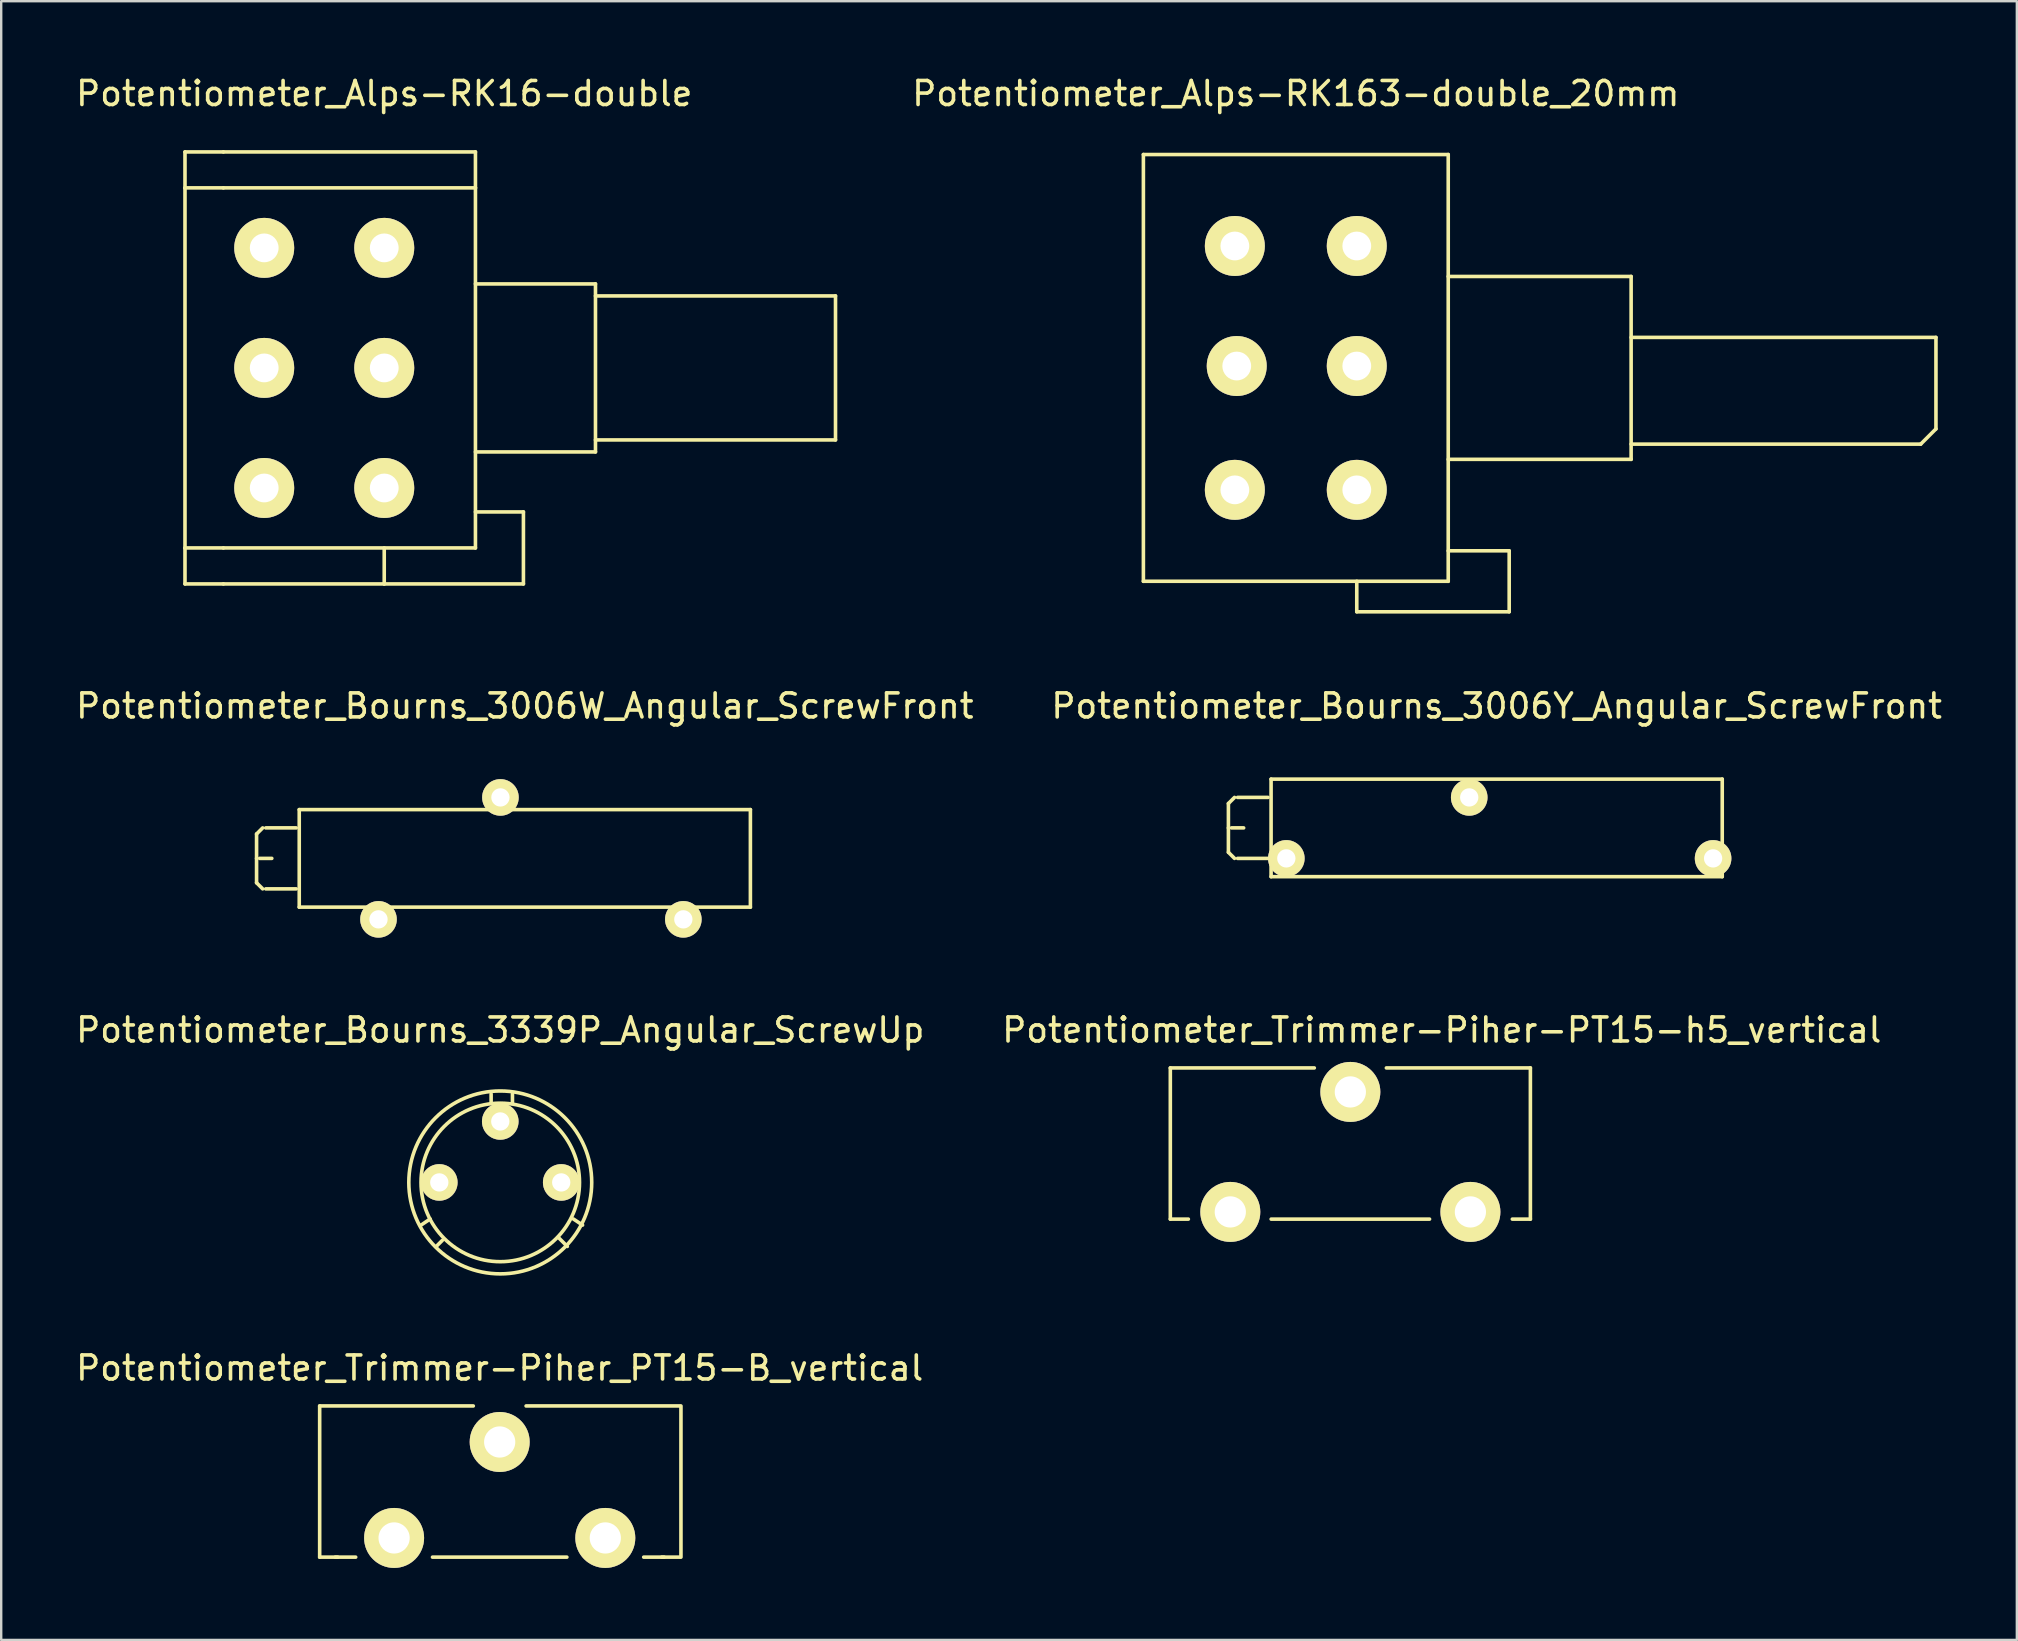
<source format=kicad_pcb>
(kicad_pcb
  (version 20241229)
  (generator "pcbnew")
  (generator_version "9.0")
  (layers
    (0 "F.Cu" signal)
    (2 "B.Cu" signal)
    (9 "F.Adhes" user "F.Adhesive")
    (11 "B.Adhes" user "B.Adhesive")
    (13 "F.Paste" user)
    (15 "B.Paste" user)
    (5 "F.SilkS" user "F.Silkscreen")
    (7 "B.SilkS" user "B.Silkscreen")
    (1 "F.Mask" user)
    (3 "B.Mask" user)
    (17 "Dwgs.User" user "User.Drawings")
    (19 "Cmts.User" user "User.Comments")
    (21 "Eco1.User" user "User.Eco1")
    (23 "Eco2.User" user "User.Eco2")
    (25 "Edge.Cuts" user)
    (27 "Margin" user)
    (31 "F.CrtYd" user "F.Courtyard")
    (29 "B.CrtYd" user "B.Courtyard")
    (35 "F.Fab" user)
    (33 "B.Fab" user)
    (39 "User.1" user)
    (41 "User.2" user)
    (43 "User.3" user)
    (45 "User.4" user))
  (footprint "Potentiometer_Alps-RK163-double_20mm"
    (layer "F.Cu")
    (at 53.476 17.358)
    (property "Reference" "Potentiometer_Alps-RK163-double_20mm" (at -2.54 -16.51 0) (layer "F.SilkS") (effects (font (size 1 1) (thickness 0.15))))
    (attr through_hole)
    (fp_line (start -8.89 3.81) (end -8.89 -13.97) (stroke (width 0.15) (type solid)) (layer "F.SilkS"))
    (fp_line (start 0 5.08) (end 0 3.81) (stroke (width 0.15) (type solid)) (layer "F.SilkS"))
    (fp_line (start 3.81 -13.97) (end -8.89 -13.97) (stroke (width 0.15) (type solid)) (layer "F.SilkS"))
    (fp_line (start 3.81 -13.97) (end 3.81 3.81) (stroke (width 0.15) (type solid)) (layer "F.SilkS"))
    (fp_line (start 3.81 2.54) (end 6.35 2.54) (stroke (width 0.15) (type solid)) (layer "F.SilkS"))
    (fp_line (start 3.81 3.81) (end -8.89 3.81) (stroke (width 0.15) (type solid)) (layer "F.SilkS"))
    (fp_line (start 6.35 2.54) (end 6.35 5.08) (stroke (width 0.15) (type solid)) (layer "F.SilkS"))
    (fp_line (start 6.35 5.08) (end 0 5.08) (stroke (width 0.15) (type solid)) (layer "F.SilkS"))
    (fp_line (start 11.43 -8.89) (end 3.81 -8.89) (stroke (width 0.15) (type solid)) (layer "F.SilkS"))
    (fp_line (start 11.43 -8.89) (end 11.43 -1.27) (stroke (width 0.15) (type solid)) (layer "F.SilkS"))
    (fp_line (start 11.43 -1.27) (end 3.81 -1.27) (stroke (width 0.15) (type solid)) (layer "F.SilkS"))
    (fp_line (start 23.495 -1.905) (end 11.43 -1.905) (stroke (width 0.15) (type solid)) (layer "F.SilkS"))
    (fp_line (start 24.13 -6.35) (end 11.43 -6.35) (stroke (width 0.15) (type solid)) (layer "F.SilkS"))
    (fp_line (start 24.13 -6.35) (end 24.13 -2.54) (stroke (width 0.15) (type solid)) (layer "F.SilkS"))
    (fp_line (start 24.13 -2.54) (end 23.495 -1.905) (stroke (width 0.15) (type solid)) (layer "F.SilkS"))
    (pad "11" thru_hole circle (at 0 0) (size 2.499 2.499) (drill 1.199) (layers "*.Cu" "*.Mask" "F.SilkS"))
    (pad "12" thru_hole circle (at 0 -5.159) (size 2.499 2.499) (drill 1.199) (layers "*.Cu" "*.Mask" "F.SilkS"))
    (pad "13" thru_hole circle (at 0 -10.16) (size 2.499 2.499) (drill 1.199) (layers "*.Cu" "*.Mask" "F.SilkS"))
    (pad "21" thru_hole circle (at -5.08 0) (size 2.499 2.499) (drill 1.199) (layers "*.Cu" "*.Mask" "F.SilkS"))
    (pad "22" thru_hole circle (at -5.001 -5.159) (size 2.499 2.499) (drill 1.199) (layers "*.Cu" "*.Mask" "F.SilkS"))
    (pad "23" thru_hole circle (at -5.08 -10.16) (size 2.499 2.499) (drill 1.199) (layers "*.Cu" "*.Mask" "F.SilkS")))
  (footprint "Potentiometer_Bourns_3006W_Angular_ScrewFront"
    (layer "F.Cu")
    (at 25.419 35.252)
    (property "Reference" "Potentiometer_Bourns_3006W_Angular_ScrewFront" (at -6.604 -8.89 0) (layer "F.SilkS") (effects (font (size 1 1) (thickness 0.15))))
    (attr through_hole)
    (fp_line (start -17.78 -3.556) (end -17.78 -2.54) (stroke (width 0.15) (type solid)) (layer "F.SilkS"))
    (fp_line (start -17.78 -2.54) (end -17.78 -1.524) (stroke (width 0.15) (type solid)) (layer "F.SilkS"))
    (fp_line (start -17.78 -1.524) (end -17.526 -1.27) (stroke (width 0.15) (type solid)) (layer "F.SilkS"))
    (fp_line (start -17.653 -2.54) (end -17.145 -2.54) (stroke (width 0.15) (type solid)) (layer "F.SilkS"))
    (fp_line (start -17.526 -3.81) (end -17.78 -3.556) (stroke (width 0.15) (type solid)) (layer "F.SilkS"))
    (fp_line (start -16.129 -3.81) (end -17.399 -3.81) (stroke (width 0.15) (type solid)) (layer "F.SilkS"))
    (fp_line (start -16.129 -1.27) (end -17.399 -1.27) (stroke (width 0.15) (type solid)) (layer "F.SilkS"))
    (fp_line (start -16.002 -0.508) (end -16.002 -4.572) (stroke (width 0.15) (type solid)) (layer "F.SilkS"))
    (fp_line (start -16.002 -0.508) (end 2.794 -0.508) (stroke (width 0.15) (type solid)) (layer "F.SilkS"))
    (fp_line (start 2.794 -4.572) (end -16.002 -4.572) (stroke (width 0.15) (type solid)) (layer "F.SilkS"))
    (fp_line (start 2.794 -0.508) (end 2.794 -4.572) (stroke (width 0.15) (type solid)) (layer "F.SilkS"))
    (pad "1" thru_hole circle (at 0 0) (size 1.524 1.524) (drill 0.762) (layers "*.Cu" "*.Mask" "F.SilkS"))
    (pad "2" thru_hole circle (at -7.62 -5.08) (size 1.524 1.524) (drill 0.762) (layers "*.Cu" "*.Mask" "F.SilkS"))
    (pad "3" thru_hole circle (at -12.7 0) (size 1.524 1.524) (drill 0.762) (layers "*.Cu" "*.Mask" "F.SilkS")))
  (footprint "Potentiometer_Alps-RK16-double"
    (layer "F.Cu")
    (at 12.958 7.277)
    (property "Reference" "Potentiometer_Alps-RK16-double" (at 0 -6.429 0) (layer "F.SilkS") (effects (font (size 1 1) (thickness 0.15))))
    (attr through_hole)
    (fp_line (start -8.301 -3.998) (end -8.301 -2.499) (stroke (width 0.15) (type solid)) (layer "F.SilkS"))
    (fp_line (start -8.301 -2.499) (end -8.301 12.502) (stroke (width 0.15) (type solid)) (layer "F.SilkS"))
    (fp_line (start -8.301 12.502) (end -6.701 12.502) (stroke (width 0.15) (type solid)) (layer "F.SilkS"))
    (fp_line (start -8.301 14) (end -8.301 12.502) (stroke (width 0.15) (type solid)) (layer "F.SilkS"))
    (fp_line (start -6.701 -3.998) (end -8.301 -3.998) (stroke (width 0.15) (type solid)) (layer "F.SilkS"))
    (fp_line (start -6.701 -2.499) (end -8.301 -2.499) (stroke (width 0.15) (type solid)) (layer "F.SilkS"))
    (fp_line (start -6.701 12.502) (end 3.8 12.502) (stroke (width 0.15) (type solid)) (layer "F.SilkS"))
    (fp_line (start -6.701 14) (end -8.301 14) (stroke (width 0.15) (type solid)) (layer "F.SilkS"))
    (fp_line (start 0 14) (end -6.701 14) (stroke (width 0.15) (type solid)) (layer "F.SilkS"))
    (fp_line (start 0 14) (end 0 12.502) (stroke (width 0.15) (type solid)) (layer "F.SilkS"))
    (fp_line (start 3.8 -3.998) (end -6.701 -3.998) (stroke (width 0.15) (type solid)) (layer "F.SilkS"))
    (fp_line (start 3.8 -2.499) (end -6.701 -2.499) (stroke (width 0.15) (type solid)) (layer "F.SilkS"))
    (fp_line (start 3.8 -2.499) (end 3.8 -3.998) (stroke (width 0.15) (type solid)) (layer "F.SilkS"))
    (fp_line (start 3.8 1.501) (end 8.801 1.501) (stroke (width 0.15) (type solid)) (layer "F.SilkS"))
    (fp_line (start 3.8 11.001) (end 5.799 11.001) (stroke (width 0.15) (type solid)) (layer "F.SilkS"))
    (fp_line (start 3.8 12.502) (end 3.8 -2.499) (stroke (width 0.15) (type solid)) (layer "F.SilkS"))
    (fp_line (start 5.799 11.001) (end 5.799 14) (stroke (width 0.15) (type solid)) (layer "F.SilkS"))
    (fp_line (start 5.799 14) (end 0 14) (stroke (width 0.15) (type solid)) (layer "F.SilkS"))
    (fp_line (start 8.801 1.501) (end 8.801 8.501) (stroke (width 0.15) (type solid)) (layer "F.SilkS"))
    (fp_line (start 8.801 2.002) (end 18.801 2.002) (stroke (width 0.15) (type solid)) (layer "F.SilkS"))
    (fp_line (start 8.801 8.501) (end 3.8 8.501) (stroke (width 0.15) (type solid)) (layer "F.SilkS"))
    (fp_line (start 18.801 2.002) (end 18.801 8.001) (stroke (width 0.15) (type solid)) (layer "F.SilkS"))
    (fp_line (start 18.801 8.001) (end 8.801 8.001) (stroke (width 0.15) (type solid)) (layer "F.SilkS"))
    (pad "11" thru_hole circle (at 0 0) (size 2.499 2.499) (drill 1.199) (layers "*.Cu" "*.Mask" "F.SilkS"))
    (pad "12" thru_hole circle (at 0 5.001) (size 2.499 2.499) (drill 1.199) (layers "*.Cu" "*.Mask" "F.SilkS"))
    (pad "13" thru_hole circle (at 0 10.003) (size 2.499 2.499) (drill 1.199) (layers "*.Cu" "*.Mask" "F.SilkS"))
    (pad "21" thru_hole circle (at -5.001 0) (size 2.499 2.499) (drill 1.199) (layers "*.Cu" "*.Mask" "F.SilkS"))
    (pad "22" thru_hole circle (at -5.001 5.001) (size 2.499 2.499) (drill 1.199) (layers "*.Cu" "*.Mask" "F.SilkS"))
    (pad "23" thru_hole circle (at -5.001 10.003) (size 2.499 2.499) (drill 1.199) (layers "*.Cu" "*.Mask" "F.SilkS")))
  (footprint "Potentiometer_Bourns_3339P_Angular_ScrewUp"
    (layer "F.Cu")
    (at 15.252 46.212)
    (property "Reference" "Potentiometer_Bourns_3339P_Angular_ScrewUp" (at 2.54 -6.35 0) (layer "F.SilkS") (effects (font (size 1 1) (thickness 0.15))))
    (attr through_hole)
    (fp_line (start -0.762 1.778) (end -0.381 1.524) (stroke (width 0.15) (type solid)) (layer "F.SilkS"))
    (fp_line (start -0.127 2.667) (end 0.127 2.413) (stroke (width 0.15) (type solid)) (layer "F.SilkS"))
    (fp_line (start 2.159 -3.302) (end 2.159 -3.683) (stroke (width 0.15) (type solid)) (layer "F.SilkS"))
    (fp_line (start 3.048 -3.302) (end 3.048 -3.683) (stroke (width 0.15) (type solid)) (layer "F.SilkS"))
    (fp_line (start 5.334 2.667) (end 4.953 2.286) (stroke (width 0.15) (type solid)) (layer "F.SilkS"))
    (fp_line (start 5.969 1.778) (end 5.588 1.524) (stroke (width 0.15) (type solid)) (layer "F.SilkS"))
    (fp_circle (center 2.54 0) (end 5.842 0) (stroke (width 0.15) (type solid)) (fill no) (layer "F.SilkS"))
    (fp_circle (center 2.54 0) (end 6.35 0) (stroke (width 0.15) (type solid)) (fill no) (layer "F.SilkS"))
    (pad "1" thru_hole circle (at 0 0) (size 1.524 1.524) (drill 0.762) (layers "*.Cu" "*.Mask" "F.SilkS"))
    (pad "2" thru_hole circle (at 2.54 -2.54) (size 1.524 1.524) (drill 0.762) (layers "*.Cu" "*.Mask" "F.SilkS"))
    (pad "3" thru_hole circle (at 5.08 0) (size 1.524 1.524) (drill 0.762) (layers "*.Cu" "*.Mask" "F.SilkS")))
  (footprint "Potentiometer_Trimmer-Piher_PT15-B_vertical"
    (layer "F.Cu")
    (at 13.369 61.024)
    (property "Reference" "Potentiometer_Trimmer-Piher_PT15-B_vertical" (at 4.399 -7.079 0) (layer "F.SilkS") (effects (font (size 1 1) (thickness 0.15))))
    (attr through_hole)
    (fp_line (start -3.101 -5.499) (end -3.101 0.8) (stroke (width 0.15) (type solid)) (layer "F.SilkS"))
    (fp_line (start -3.101 0.8) (end -2.349 0.8) (stroke (width 0.15) (type solid)) (layer "F.SilkS"))
    (fp_line (start -2.451 0.8) (end -1.6 0.8) (stroke (width 0.15) (type solid)) (layer "F.SilkS"))
    (fp_line (start 3.299 -5.499) (end -3.101 -5.499) (stroke (width 0.15) (type solid)) (layer "F.SilkS"))
    (fp_line (start 7.198 0.8) (end 1.6 0.8) (stroke (width 0.15) (type solid)) (layer "F.SilkS"))
    (fp_line (start 11.148 0.8) (end 11.9 0.8) (stroke (width 0.15) (type solid)) (layer "F.SilkS"))
    (fp_line (start 11.25 0.8) (end 10.399 0.8) (stroke (width 0.15) (type solid)) (layer "F.SilkS"))
    (fp_line (start 11.9 -5.499) (end 5.499 -5.499) (stroke (width 0.15) (type solid)) (layer "F.SilkS"))
    (fp_line (start 11.951 0.8) (end 11.951 -5.499) (stroke (width 0.15) (type solid)) (layer "F.SilkS"))
    (pad "1" thru_hole circle (at 0 0) (size 2.499 2.499) (drill 1.3) (layers "*.Cu" "*.Mask" "F.SilkS"))
    (pad "2" thru_hole circle (at 4.399 -3.998) (size 2.499 2.499) (drill 1.3) (layers "*.Cu" "*.Mask" "F.SilkS"))
    (pad "3" thru_hole circle (at 8.799 0) (size 2.499 2.499) (drill 1.3) (layers "*.Cu" "*.Mask" "F.SilkS")))
  (footprint "Potentiometer_Bourns_3006Y_Angular_ScrewFront"
    (layer "F.Cu")
    (at 68.321 32.712)
    (property "Reference" "Potentiometer_Bourns_3006Y_Angular_ScrewFront" (at -9.017 -6.35 0) (layer "F.SilkS") (effects (font (size 1 1) (thickness 0.15))))
    (attr through_hole)
    (fp_line (start -20.193 -2.286) (end -20.193 -1.27) (stroke (width 0.15) (type solid)) (layer "F.SilkS"))
    (fp_line (start -20.193 -1.27) (end -20.193 -0.254) (stroke (width 0.15) (type solid)) (layer "F.SilkS"))
    (fp_line (start -20.193 -0.254) (end -19.939 0) (stroke (width 0.15) (type solid)) (layer "F.SilkS"))
    (fp_line (start -20.066 -1.27) (end -19.558 -1.27) (stroke (width 0.15) (type solid)) (layer "F.SilkS"))
    (fp_line (start -19.939 -2.54) (end -20.193 -2.286) (stroke (width 0.15) (type solid)) (layer "F.SilkS"))
    (fp_line (start -18.542 -2.54) (end -19.812 -2.54) (stroke (width 0.15) (type solid)) (layer "F.SilkS"))
    (fp_line (start -18.542 0) (end -19.812 0) (stroke (width 0.15) (type solid)) (layer "F.SilkS"))
    (fp_line (start -18.415 0.762) (end -18.415 -3.302) (stroke (width 0.15) (type solid)) (layer "F.SilkS"))
    (fp_line (start -18.415 0.762) (end 0.381 0.762) (stroke (width 0.15) (type solid)) (layer "F.SilkS"))
    (fp_line (start 0.381 -3.302) (end -18.415 -3.302) (stroke (width 0.15) (type solid)) (layer "F.SilkS"))
    (fp_line (start 0.381 0.762) (end 0.381 -3.302) (stroke (width 0.15) (type solid)) (layer "F.SilkS"))
    (pad "1" thru_hole circle (at 0 0) (size 1.524 1.524) (drill 0.762) (layers "*.Cu" "*.Mask" "F.SilkS"))
    (pad "2" thru_hole circle (at -10.16 -2.54) (size 1.524 1.524) (drill 0.762) (layers "*.Cu" "*.Mask" "F.SilkS"))
    (pad "3" thru_hole circle (at -17.78 0) (size 1.524 1.524) (drill 0.762) (layers "*.Cu" "*.Mask" "F.SilkS")))
  (footprint "Potentiometer_Trimmer-Piher-PT15-h5_vertical"
    (layer "F.Cu")
    (at 48.207 47.441)
    (property "Reference" "Potentiometer_Trimmer-Piher-PT15-h5_vertical" (at 8.811 -7.579 0) (layer "F.SilkS") (effects (font (size 1 1) (thickness 0.15))))
    (attr through_hole)
    (fp_line (start -2.499 -5.999) (end -2.499 0.3) (stroke (width 0.15) (type solid)) (layer "F.SilkS"))
    (fp_line (start -2.499 0.3) (end -1.748 0.3) (stroke (width 0.15) (type solid)) (layer "F.SilkS"))
    (fp_line (start 1.702 0.3) (end 8.301 0.3) (stroke (width 0.15) (type solid)) (layer "F.SilkS"))
    (fp_line (start 3.5 -5.999) (end -2.499 -5.999) (stroke (width 0.15) (type solid)) (layer "F.SilkS"))
    (fp_line (start 11.75 0.3) (end 12.502 0.3) (stroke (width 0.15) (type solid)) (layer "F.SilkS"))
    (fp_line (start 12.502 -5.999) (end 6.502 -5.999) (stroke (width 0.15) (type solid)) (layer "F.SilkS"))
    (fp_line (start 12.502 0.3) (end 12.502 -5.999) (stroke (width 0.15) (type solid)) (layer "F.SilkS"))
    (pad "1" thru_hole circle (at 0 0) (size 2.499 2.499) (drill 1.3) (layers "*.Cu" "*.Mask" "F.SilkS"))
    (pad "2" thru_hole circle (at 5.001 -4.999) (size 2.499 2.499) (drill 1.3) (layers "*.Cu" "*.Mask" "F.SilkS"))
    (pad "3" thru_hole circle (at 10.003 0) (size 2.499 2.499) (drill 1.3) (layers "*.Cu" "*.Mask" "F.SilkS")))
  (gr_rect
    (start -3 -3)
    (end 80.976 65.274)
    (stroke (width 0.1) (type default))
    (fill no)
    (layer "Edge.Cuts")))
</source>
